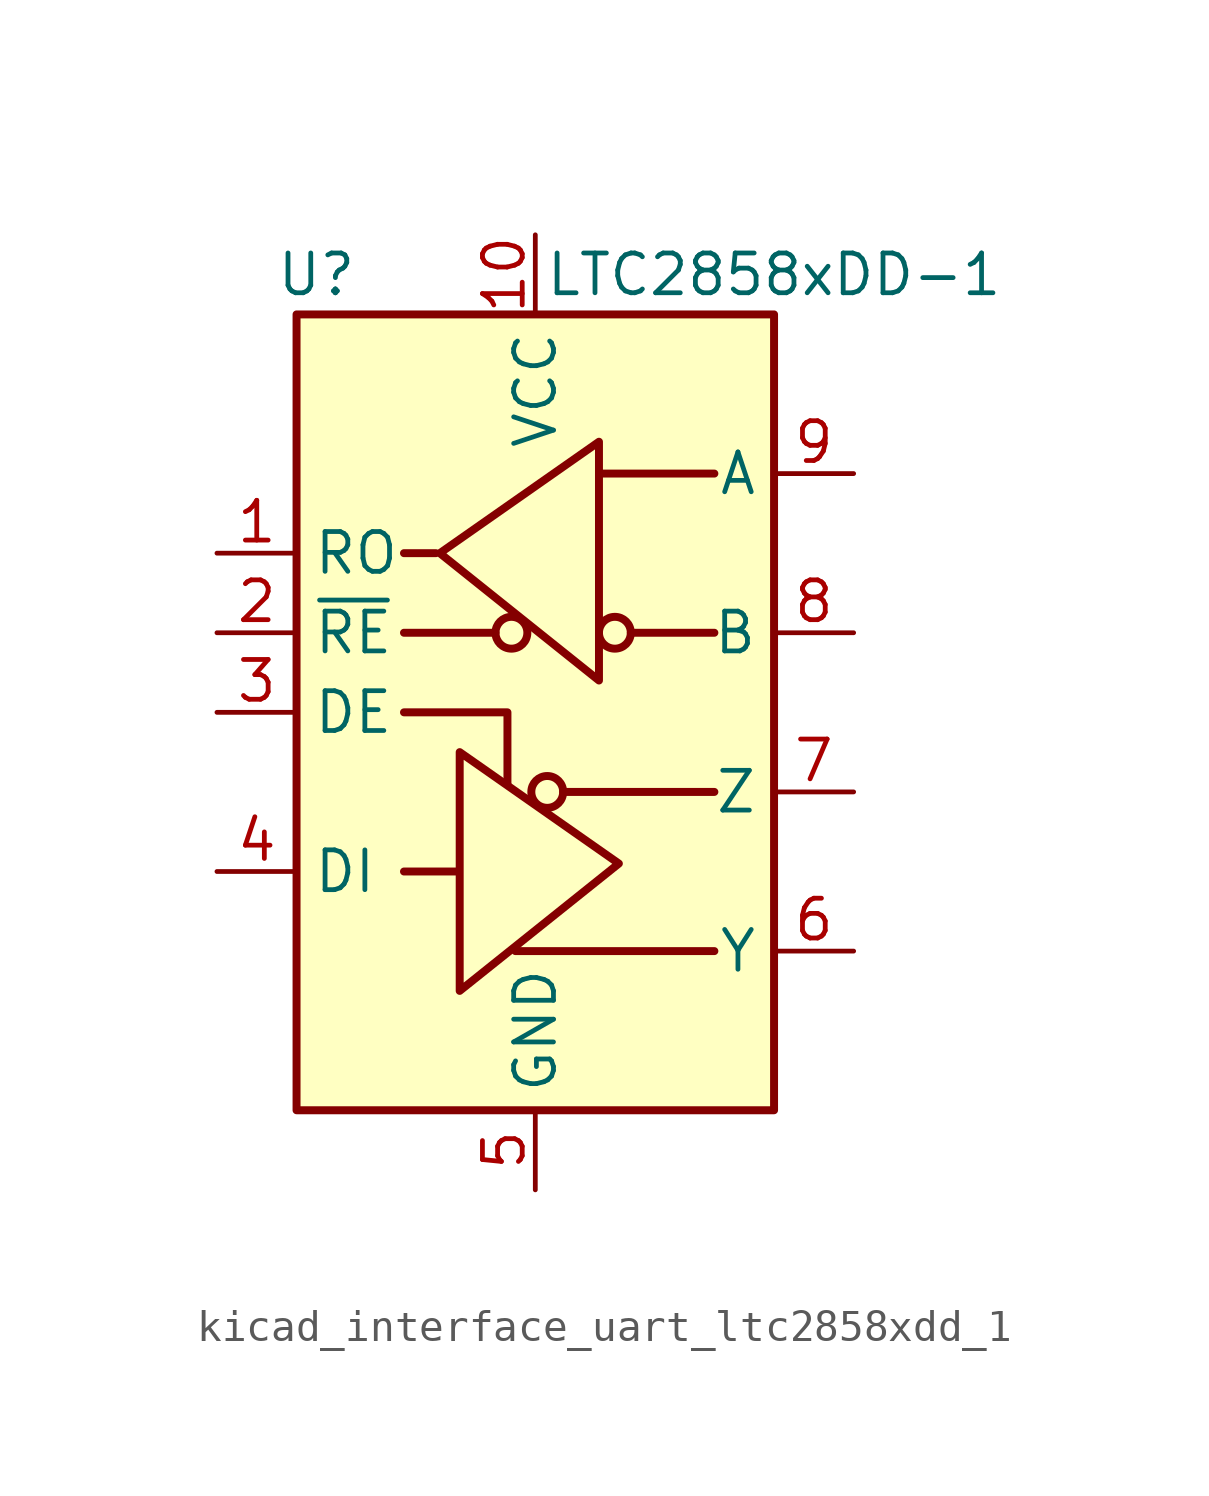
<source format=kicad_sym>
(kicad_symbol_lib
  (version 20220914)
  (generator kicad_symbol_editor)
  (symbol "kicad_interface_uart_ltc2858xdd_1"
    (property "Reference" "U"
      (at -6.985 13.97 0)
      (effects (font (size 1.27 1.27))))
    (property "Value" "LTC2858xDD-1"
      (at 7.62 13.97 0)
      (effects (font (size 1.27 1.27))))
    (symbol "kicad_interface_uart_ltc2858xdd_1_0_1"
      (rectangle (start -7.62 12.7) (end 7.62 -12.7) (stroke (width 0.254) (type default)) (fill (type background))))
    (symbol "kicad_interface_uart_ltc2858xdd_1_1_1"
      (circle (center -0.762 2.54) (radius 0.508) (stroke (width 0.254) (type default)) (fill (type none)))
      (polyline (pts (xy -4.191 2.54) (xy -1.27 2.54)) (stroke (width 0.254) (type default)) (fill (type none)))
      (polyline (pts (xy -2.54 -5.08) (xy -4.191 -5.08)) (stroke (width 0.254) (type default)) (fill (type none)))
      (polyline (pts (xy -0.635 -7.62) (xy 5.715 -7.62)) (stroke (width 0.254) (type default)) (fill (type none)))
      (polyline (pts (xy 0.889 -2.54) (xy 5.715 -2.54)) (stroke (width 0.254) (type default)) (fill (type none)))
      (polyline (pts (xy 2.032 7.62) (xy 5.715 7.62)) (stroke (width 0.254) (type default)) (fill (type none)))
      (polyline (pts (xy 3.048 2.54) (xy 5.715 2.54)) (stroke (width 0.254) (type default)) (fill (type none)))
      (polyline (pts (xy -4.191 0) (xy -0.889 0) (xy -0.889 -2.286)) (stroke (width 0.254) (type default)) (fill (type none)))
      (polyline (pts (xy -3.175 5.08) (xy -4.191 5.08) (xy -4.064 5.08)) (stroke (width 0.254) (type default)) (fill (type none)))
      (polyline (pts (xy -2.413 -5.08) (xy -2.413 -1.27) (xy 2.667 -4.826) (xy -2.413 -8.89) (xy -2.413 -5.08)) (stroke (width 0.254) (type default)) (fill (type none)))
      (polyline (pts (xy 2.032 4.826) (xy 2.032 8.636) (xy -3.048 5.08) (xy 2.032 1.016) (xy 2.032 4.826)) (stroke (width 0.254) (type default)) (fill (type none)))
      (circle (center 0.381 -2.54) (radius 0.508) (stroke (width 0.254) (type default)) (fill (type none)))
      (circle (center 2.54 2.54) (radius 0.508) (stroke (width 0.254) (type default)) (fill (type none)))
      (pin output line (at -10.16 5.08 0) (length 2.54) (name "RO" (effects (font (size 1.27 1.27)))) (number "1" (effects (font (size 1.27 1.27)))))
      (pin power_in line (at 0 15.24 270) (length 2.54) (name "VCC" (effects (font (size 1.27 1.27)))) (number "10" (effects (font (size 1.27 1.27)))))
      (pin passive line (at 0 -15.24 90) (length 2.54) hide (name "GND" (effects (font (size 1.27 1.27)))) (number "11" (effects (font (size 1.27 1.27)))))
      (pin input line (at -10.16 2.54 0) (length 2.54) (name "~{RE}" (effects (font (size 1.27 1.27)))) (number "2" (effects (font (size 1.27 1.27)))))
      (pin input line (at -10.16 0 0) (length 2.54) (name "DE" (effects (font (size 1.27 1.27)))) (number "3" (effects (font (size 1.27 1.27)))))
      (pin input line (at -10.16 -5.08 0) (length 2.54) (name "DI" (effects (font (size 1.27 1.27)))) (number "4" (effects (font (size 1.27 1.27)))))
      (pin power_in line (at 0 -15.24 90) (length 2.54) (name "GND" (effects (font (size 1.27 1.27)))) (number "5" (effects (font (size 1.27 1.27)))))
      (pin output line (at 10.16 -7.62 180) (length 2.54) (name "Y" (effects (font (size 1.27 1.27)))) (number "6" (effects (font (size 1.27 1.27)))))
      (pin output line (at 10.16 -2.54 180) (length 2.54) (name "Z" (effects (font (size 1.27 1.27)))) (number "7" (effects (font (size 1.27 1.27)))))
      (pin input line (at 10.16 2.54 180) (length 2.54) (name "B" (effects (font (size 1.27 1.27)))) (number "8" (effects (font (size 1.27 1.27)))))
      (pin input line (at 10.16 7.62 180) (length 2.54) (name "A" (effects (font (size 1.27 1.27)))) (number "9" (effects (font (size 1.27 1.27))))))))
</source>
